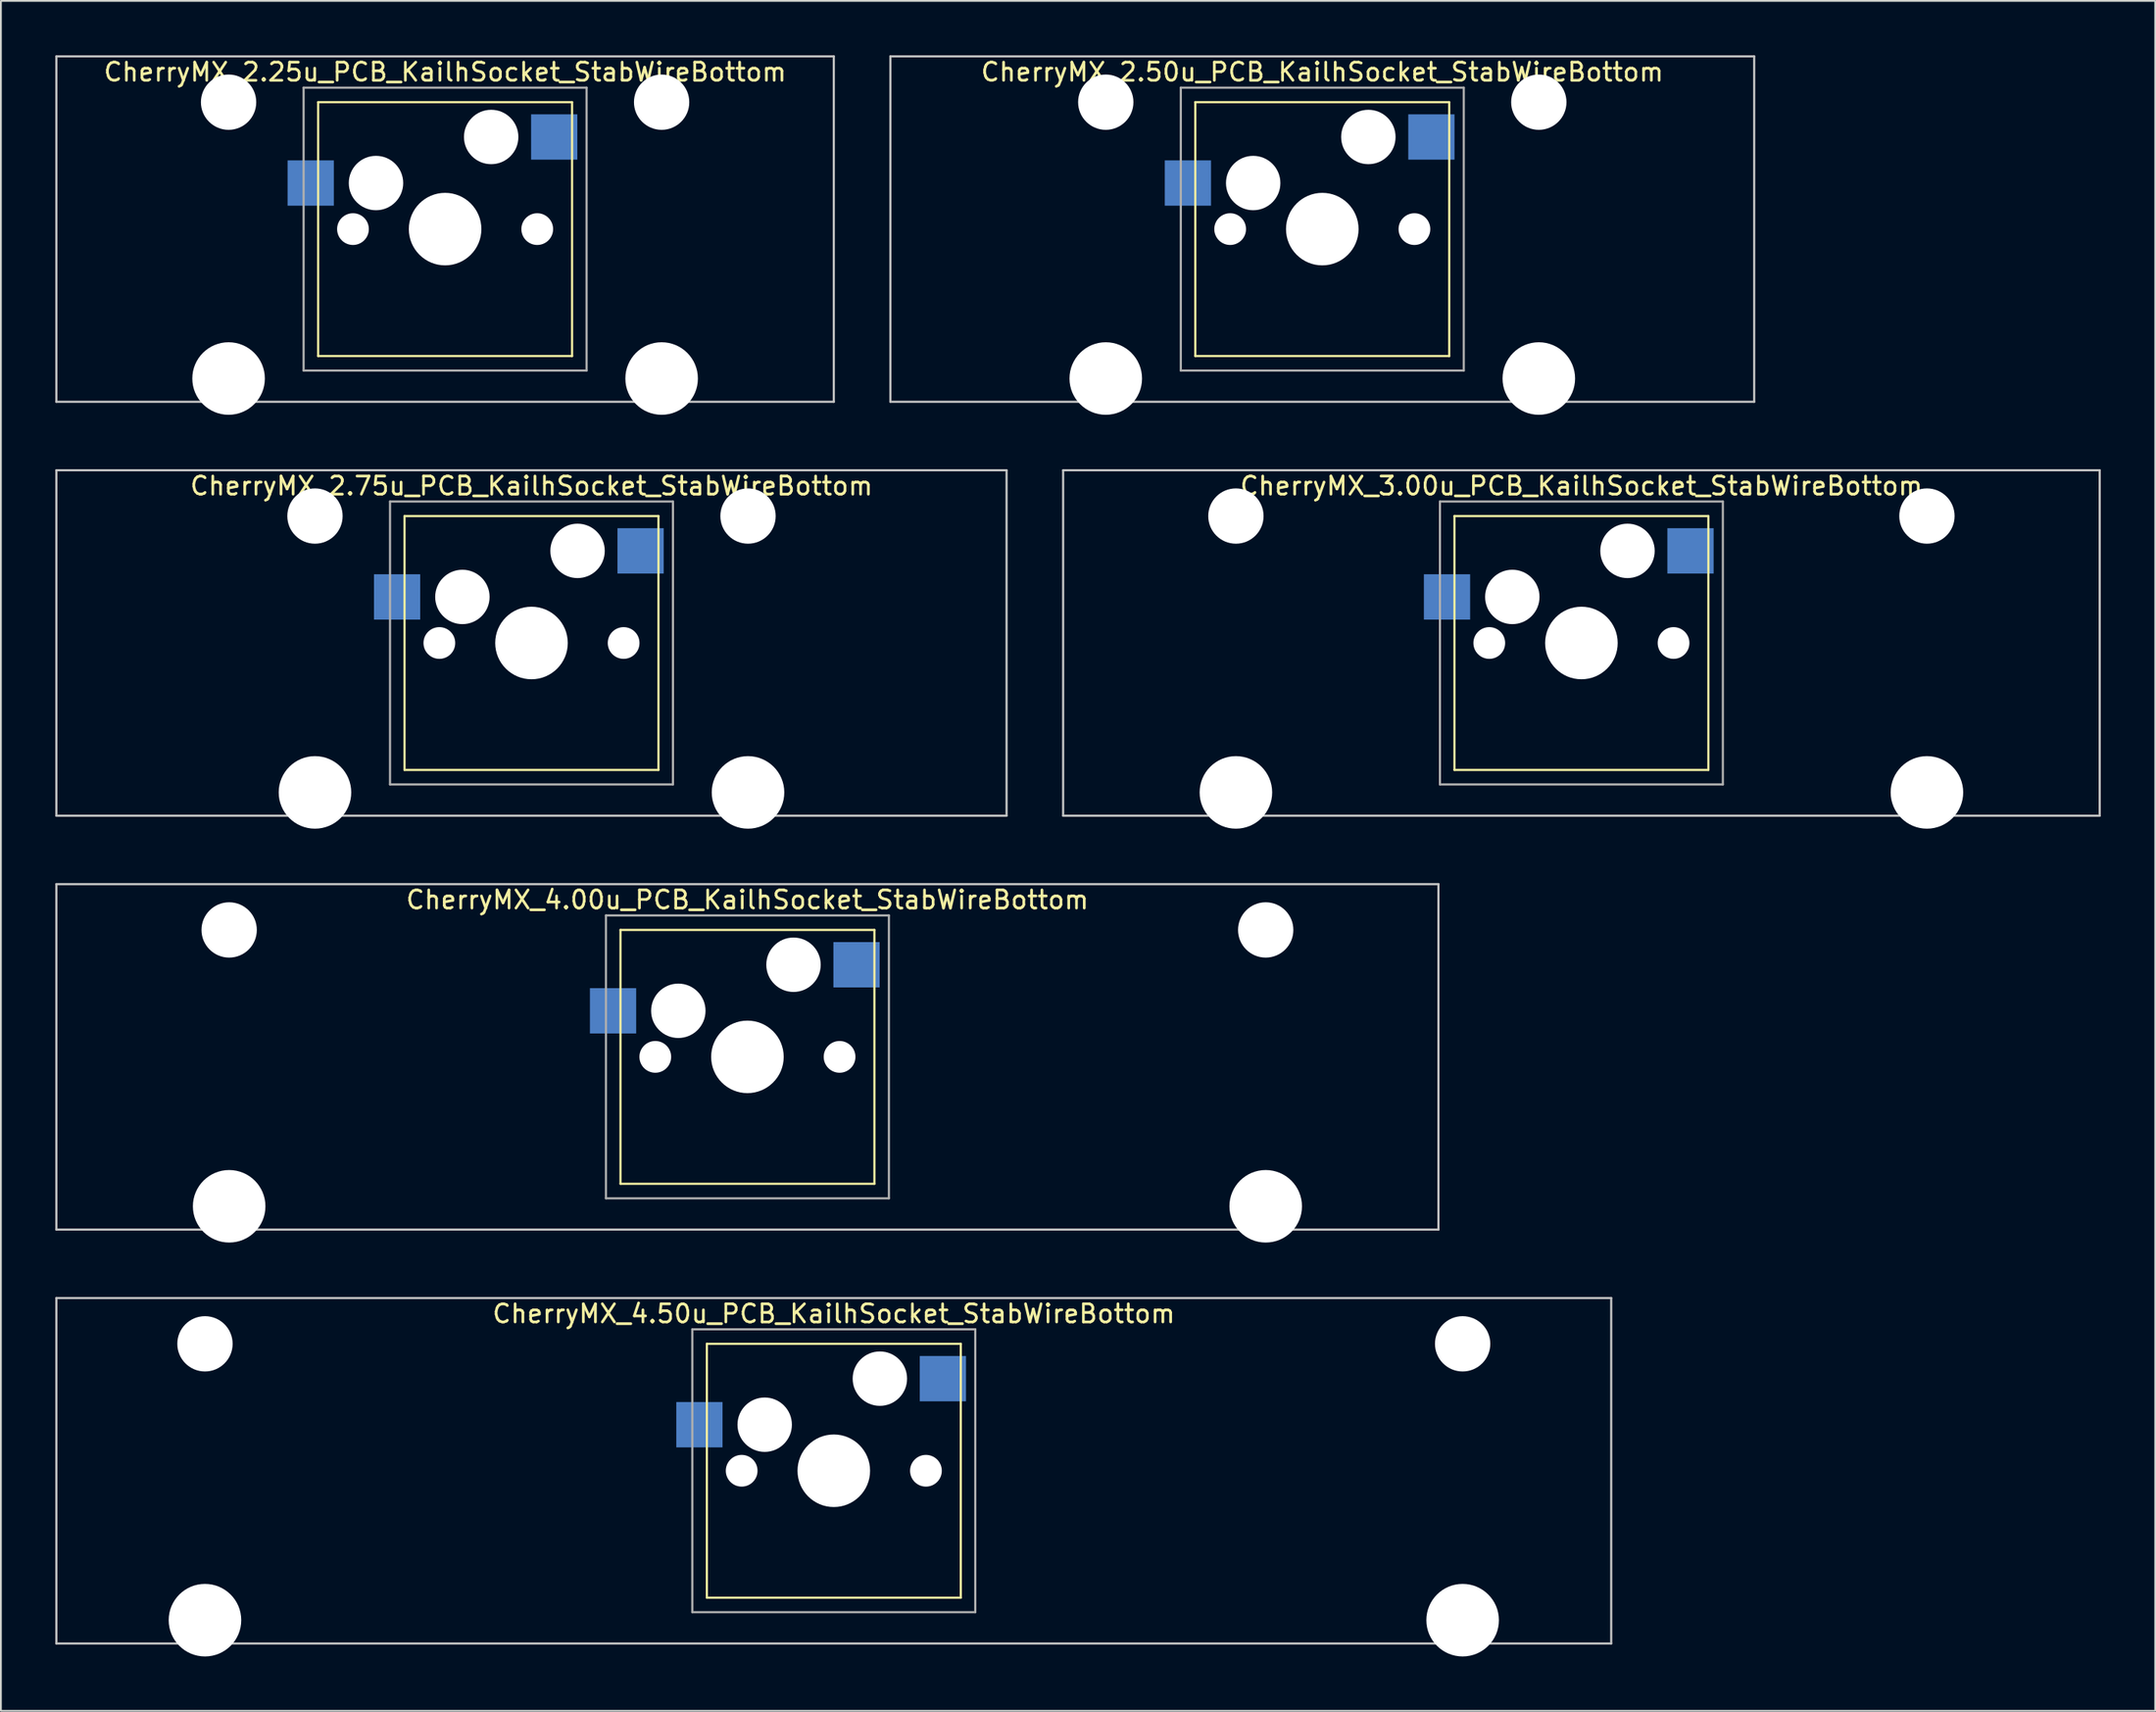
<source format=kicad_pcb>
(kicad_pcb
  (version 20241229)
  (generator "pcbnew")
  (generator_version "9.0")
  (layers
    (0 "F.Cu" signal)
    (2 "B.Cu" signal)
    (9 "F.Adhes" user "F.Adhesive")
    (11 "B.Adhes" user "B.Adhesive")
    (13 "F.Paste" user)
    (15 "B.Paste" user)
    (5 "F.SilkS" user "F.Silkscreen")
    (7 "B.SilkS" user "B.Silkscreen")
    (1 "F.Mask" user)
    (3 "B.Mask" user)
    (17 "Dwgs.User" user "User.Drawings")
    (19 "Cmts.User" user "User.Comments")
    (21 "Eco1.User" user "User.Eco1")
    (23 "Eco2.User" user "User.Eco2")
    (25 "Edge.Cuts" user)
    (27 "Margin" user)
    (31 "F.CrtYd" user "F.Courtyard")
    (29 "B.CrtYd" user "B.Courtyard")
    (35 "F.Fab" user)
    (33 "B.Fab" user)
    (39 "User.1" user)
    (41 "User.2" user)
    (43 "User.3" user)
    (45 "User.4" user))
  (footprint "CherryMX_2.50u_PCB_KailhSocket_StabWireBottom"
    (layer "F.Cu")
    (at 69.855 9.585)
    (property "Reference" "CherryMX_2.50u_PCB_KailhSocket_StabWireBottom" (at 0 -8.662 0) (layer "F.SilkS") (effects (font (size 1 1) (thickness 0.15))))
    (attr through_hole)
    (fp_line (start -7 -7) (end -7 7) (stroke (width 0.12) (type solid)) (layer "F.SilkS"))
    (fp_line (start -7 -7) (end 7 -7) (stroke (width 0.12) (type solid)) (layer "F.SilkS"))
    (fp_line (start 7 -7) (end 7 7) (stroke (width 0.12) (type solid)) (layer "F.SilkS"))
    (fp_line (start 7 7) (end -7 7) (stroke (width 0.12) (type solid)) (layer "F.SilkS"))
    (fp_line (start -23.812 -9.525) (end 23.812 -9.525) (stroke (width 0.12) (type solid)) (layer "Dwgs.User"))
    (fp_line (start -23.812 9.525) (end -23.812 -9.525) (stroke (width 0.12) (type solid)) (layer "Dwgs.User"))
    (fp_line (start 23.812 -9.525) (end 23.812 9.525) (stroke (width 0.12) (type solid)) (layer "Dwgs.User"))
    (fp_line (start 23.812 9.525) (end -23.812 9.525) (stroke (width 0.12) (type solid)) (layer "Dwgs.User"))
    (fp_line (start -7.8 -7.8) (end -7.8 7.8) (stroke (width 0.12) (type solid)) (layer "F.Fab"))
    (fp_line (start -7.8 -7.8) (end 7.8 -7.8) (stroke (width 0.12) (type solid)) (layer "F.Fab"))
    (fp_line (start -7.8 7.8) (end 7.8 7.8) (stroke (width 0.12) (type solid)) (layer "F.Fab"))
    (fp_line (start 7.8 -7.8) (end 7.8 7.8) (stroke (width 0.12) (type solid)) (layer "F.Fab"))
    (pad "" np_thru_hole circle (at -11.938 -7) (size 3.05 3.05) (drill 3.05) (layers "*.Cu" "*.Mask"))
    (pad "" np_thru_hole circle (at -11.938 8.24) (size 4 4) (drill 4) (layers "*.Cu" "*.Mask"))
    (pad "" np_thru_hole circle (at -5.08 0) (size 1.75 1.75) (drill 1.75) (layers "*.Cu" "*.Mask"))
    (pad "" np_thru_hole circle (at -3.81 -2.54) (size 3 3) (drill 3) (layers "*.Cu" "*.Mask"))
    (pad "" np_thru_hole circle (at 0 0) (size 4 4) (drill 4) (layers "*.Cu" "*.Mask"))
    (pad "" np_thru_hole circle (at 2.54 -5.08) (size 3 3) (drill 3) (layers "*.Cu" "*.Mask"))
    (pad "" np_thru_hole circle (at 5.08 0) (size 1.75 1.75) (drill 1.75) (layers "*.Cu" "*.Mask"))
    (pad "" np_thru_hole circle (at 11.938 -7) (size 3.05 3.05) (drill 3.05) (layers "*.Cu" "*.Mask"))
    (pad "" np_thru_hole circle (at 11.938 8.24) (size 4 4) (drill 4) (layers "*.Cu" "*.Mask"))
    (pad "1" smd rect (at -7.41 -2.54) (size 2.55 2.5) (layers "B.Cu" "B.Mask" "B.Paste"))
    (pad "2" smd rect (at 6.015 -5.08) (size 2.55 2.5) (layers "B.Cu" "B.Mask" "B.Paste")))
  (footprint "CherryMX_2.75u_PCB_KailhSocket_StabWireBottom"
    (layer "F.Cu")
    (at 26.254 32.41)
    (property "Reference" "CherryMX_2.75u_PCB_KailhSocket_StabWireBottom" (at 0 -8.662 0) (layer "F.SilkS") (effects (font (size 1 1) (thickness 0.15))))
    (attr through_hole)
    (fp_line (start -7 -7) (end -7 7) (stroke (width 0.12) (type solid)) (layer "F.SilkS"))
    (fp_line (start -7 -7) (end 7 -7) (stroke (width 0.12) (type solid)) (layer "F.SilkS"))
    (fp_line (start 7 -7) (end 7 7) (stroke (width 0.12) (type solid)) (layer "F.SilkS"))
    (fp_line (start 7 7) (end -7 7) (stroke (width 0.12) (type solid)) (layer "F.SilkS"))
    (fp_line (start -26.194 -9.525) (end 26.194 -9.525) (stroke (width 0.12) (type solid)) (layer "Dwgs.User"))
    (fp_line (start -26.194 9.525) (end -26.194 -9.525) (stroke (width 0.12) (type solid)) (layer "Dwgs.User"))
    (fp_line (start 26.194 -9.525) (end 26.194 9.525) (stroke (width 0.12) (type solid)) (layer "Dwgs.User"))
    (fp_line (start 26.194 9.525) (end -26.194 9.525) (stroke (width 0.12) (type solid)) (layer "Dwgs.User"))
    (fp_line (start -7.8 -7.8) (end -7.8 7.8) (stroke (width 0.12) (type solid)) (layer "F.Fab"))
    (fp_line (start -7.8 -7.8) (end 7.8 -7.8) (stroke (width 0.12) (type solid)) (layer "F.Fab"))
    (fp_line (start -7.8 7.8) (end 7.8 7.8) (stroke (width 0.12) (type solid)) (layer "F.Fab"))
    (fp_line (start 7.8 -7.8) (end 7.8 7.8) (stroke (width 0.12) (type solid)) (layer "F.Fab"))
    (pad "" np_thru_hole circle (at -11.938 -7) (size 3.05 3.05) (drill 3.05) (layers "*.Cu" "*.Mask"))
    (pad "" np_thru_hole circle (at -11.938 8.24) (size 4 4) (drill 4) (layers "*.Cu" "*.Mask"))
    (pad "" np_thru_hole circle (at -5.08 0) (size 1.75 1.75) (drill 1.75) (layers "*.Cu" "*.Mask"))
    (pad "" np_thru_hole circle (at -3.81 -2.54) (size 3 3) (drill 3) (layers "*.Cu" "*.Mask"))
    (pad "" np_thru_hole circle (at 0 0) (size 4 4) (drill 4) (layers "*.Cu" "*.Mask"))
    (pad "" np_thru_hole circle (at 2.54 -5.08) (size 3 3) (drill 3) (layers "*.Cu" "*.Mask"))
    (pad "" np_thru_hole circle (at 5.08 0) (size 1.75 1.75) (drill 1.75) (layers "*.Cu" "*.Mask"))
    (pad "" np_thru_hole circle (at 11.938 -7) (size 3.05 3.05) (drill 3.05) (layers "*.Cu" "*.Mask"))
    (pad "" np_thru_hole circle (at 11.938 8.24) (size 4 4) (drill 4) (layers "*.Cu" "*.Mask"))
    (pad "1" smd rect (at -7.41 -2.54) (size 2.55 2.5) (layers "B.Cu" "B.Mask" "B.Paste"))
    (pad "2" smd rect (at 6.015 -5.08) (size 2.55 2.5) (layers "B.Cu" "B.Mask" "B.Paste")))
  (footprint "CherryMX_2.25u_PCB_KailhSocket_StabWireBottom"
    (layer "F.Cu")
    (at 21.491 9.585)
    (property "Reference" "CherryMX_2.25u_PCB_KailhSocket_StabWireBottom" (at 0 -8.662 0) (layer "F.SilkS") (effects (font (size 1 1) (thickness 0.15))))
    (attr through_hole)
    (fp_line (start -7 -7) (end -7 7) (stroke (width 0.12) (type solid)) (layer "F.SilkS"))
    (fp_line (start -7 -7) (end 7 -7) (stroke (width 0.12) (type solid)) (layer "F.SilkS"))
    (fp_line (start 7 -7) (end 7 7) (stroke (width 0.12) (type solid)) (layer "F.SilkS"))
    (fp_line (start 7 7) (end -7 7) (stroke (width 0.12) (type solid)) (layer "F.SilkS"))
    (fp_line (start -21.431 -9.525) (end 21.431 -9.525) (stroke (width 0.12) (type solid)) (layer "Dwgs.User"))
    (fp_line (start -21.431 9.525) (end -21.431 -9.525) (stroke (width 0.12) (type solid)) (layer "Dwgs.User"))
    (fp_line (start 21.431 -9.525) (end 21.431 9.525) (stroke (width 0.12) (type solid)) (layer "Dwgs.User"))
    (fp_line (start 21.431 9.525) (end -21.431 9.525) (stroke (width 0.12) (type solid)) (layer "Dwgs.User"))
    (fp_line (start -7.8 -7.8) (end -7.8 7.8) (stroke (width 0.12) (type solid)) (layer "F.Fab"))
    (fp_line (start -7.8 -7.8) (end 7.8 -7.8) (stroke (width 0.12) (type solid)) (layer "F.Fab"))
    (fp_line (start -7.8 7.8) (end 7.8 7.8) (stroke (width 0.12) (type solid)) (layer "F.Fab"))
    (fp_line (start 7.8 -7.8) (end 7.8 7.8) (stroke (width 0.12) (type solid)) (layer "F.Fab"))
    (pad "" np_thru_hole circle (at -11.938 -7) (size 3.05 3.05) (drill 3.05) (layers "*.Cu" "*.Mask"))
    (pad "" np_thru_hole circle (at -11.938 8.24) (size 4 4) (drill 4) (layers "*.Cu" "*.Mask"))
    (pad "" np_thru_hole circle (at -5.08 0) (size 1.75 1.75) (drill 1.75) (layers "*.Cu" "*.Mask"))
    (pad "" np_thru_hole circle (at -3.81 -2.54) (size 3 3) (drill 3) (layers "*.Cu" "*.Mask"))
    (pad "" np_thru_hole circle (at 0 0) (size 4 4) (drill 4) (layers "*.Cu" "*.Mask"))
    (pad "" np_thru_hole circle (at 2.54 -5.08) (size 3 3) (drill 3) (layers "*.Cu" "*.Mask"))
    (pad "" np_thru_hole circle (at 5.08 0) (size 1.75 1.75) (drill 1.75) (layers "*.Cu" "*.Mask"))
    (pad "" np_thru_hole circle (at 11.938 -7) (size 3.05 3.05) (drill 3.05) (layers "*.Cu" "*.Mask"))
    (pad "" np_thru_hole circle (at 11.938 8.24) (size 4 4) (drill 4) (layers "*.Cu" "*.Mask"))
    (pad "1" smd rect (at -7.41 -2.54) (size 2.55 2.5) (layers "B.Cu" "B.Mask" "B.Paste"))
    (pad "2" smd rect (at 6.015 -5.08) (size 2.55 2.5) (layers "B.Cu" "B.Mask" "B.Paste")))
  (footprint "CherryMX_4.00u_PCB_KailhSocket_StabWireBottom"
    (layer "F.Cu")
    (at 38.16 55.235)
    (property "Reference" "CherryMX_4.00u_PCB_KailhSocket_StabWireBottom" (at 0 -8.662 0) (layer "F.SilkS") (effects (font (size 1 1) (thickness 0.15))))
    (attr through_hole)
    (fp_line (start -7 -7) (end -7 7) (stroke (width 0.12) (type solid)) (layer "F.SilkS"))
    (fp_line (start -7 -7) (end 7 -7) (stroke (width 0.12) (type solid)) (layer "F.SilkS"))
    (fp_line (start 7 -7) (end 7 7) (stroke (width 0.12) (type solid)) (layer "F.SilkS"))
    (fp_line (start 7 7) (end -7 7) (stroke (width 0.12) (type solid)) (layer "F.SilkS"))
    (fp_line (start -38.1 -9.525) (end 38.1 -9.525) (stroke (width 0.12) (type solid)) (layer "Dwgs.User"))
    (fp_line (start -38.1 9.525) (end -38.1 -9.525) (stroke (width 0.12) (type solid)) (layer "Dwgs.User"))
    (fp_line (start 38.1 -9.525) (end 38.1 9.525) (stroke (width 0.12) (type solid)) (layer "Dwgs.User"))
    (fp_line (start 38.1 9.525) (end -38.1 9.525) (stroke (width 0.12) (type solid)) (layer "Dwgs.User"))
    (fp_line (start -7.8 -7.8) (end -7.8 7.8) (stroke (width 0.12) (type solid)) (layer "F.Fab"))
    (fp_line (start -7.8 -7.8) (end 7.8 -7.8) (stroke (width 0.12) (type solid)) (layer "F.Fab"))
    (fp_line (start -7.8 7.8) (end 7.8 7.8) (stroke (width 0.12) (type solid)) (layer "F.Fab"))
    (fp_line (start 7.8 -7.8) (end 7.8 7.8) (stroke (width 0.12) (type solid)) (layer "F.Fab"))
    (pad "" np_thru_hole circle (at -28.575 -7) (size 3.05 3.05) (drill 3.05) (layers "*.Cu" "*.Mask"))
    (pad "" np_thru_hole circle (at -28.575 8.24) (size 4 4) (drill 4) (layers "*.Cu" "*.Mask"))
    (pad "" np_thru_hole circle (at -5.08 0) (size 1.75 1.75) (drill 1.75) (layers "*.Cu" "*.Mask"))
    (pad "" np_thru_hole circle (at -3.81 -2.54) (size 3 3) (drill 3) (layers "*.Cu" "*.Mask"))
    (pad "" np_thru_hole circle (at 0 0) (size 4 4) (drill 4) (layers "*.Cu" "*.Mask"))
    (pad "" np_thru_hole circle (at 2.54 -5.08) (size 3 3) (drill 3) (layers "*.Cu" "*.Mask"))
    (pad "" np_thru_hole circle (at 5.08 0) (size 1.75 1.75) (drill 1.75) (layers "*.Cu" "*.Mask"))
    (pad "" np_thru_hole circle (at 28.575 -7) (size 3.05 3.05) (drill 3.05) (layers "*.Cu" "*.Mask"))
    (pad "" np_thru_hole circle (at 28.575 8.24) (size 4 4) (drill 4) (layers "*.Cu" "*.Mask"))
    (pad "1" smd rect (at -7.41 -2.54) (size 2.55 2.5) (layers "B.Cu" "B.Mask" "B.Paste"))
    (pad "2" smd rect (at 6.015 -5.08) (size 2.55 2.5) (layers "B.Cu" "B.Mask" "B.Paste")))
  (footprint "CherryMX_4.50u_PCB_KailhSocket_StabWireBottom"
    (layer "F.Cu")
    (at 42.922 78.06)
    (property "Reference" "CherryMX_4.50u_PCB_KailhSocket_StabWireBottom" (at 0 -8.662 0) (layer "F.SilkS") (effects (font (size 1 1) (thickness 0.15))))
    (attr through_hole)
    (fp_line (start -7 -7) (end -7 7) (stroke (width 0.12) (type solid)) (layer "F.SilkS"))
    (fp_line (start -7 -7) (end 7 -7) (stroke (width 0.12) (type solid)) (layer "F.SilkS"))
    (fp_line (start 7 -7) (end 7 7) (stroke (width 0.12) (type solid)) (layer "F.SilkS"))
    (fp_line (start 7 7) (end -7 7) (stroke (width 0.12) (type solid)) (layer "F.SilkS"))
    (fp_line (start -42.862 -9.525) (end 42.862 -9.525) (stroke (width 0.12) (type solid)) (layer "Dwgs.User"))
    (fp_line (start -42.862 9.525) (end -42.862 -9.525) (stroke (width 0.12) (type solid)) (layer "Dwgs.User"))
    (fp_line (start 42.862 -9.525) (end 42.862 9.525) (stroke (width 0.12) (type solid)) (layer "Dwgs.User"))
    (fp_line (start 42.862 9.525) (end -42.862 9.525) (stroke (width 0.12) (type solid)) (layer "Dwgs.User"))
    (fp_line (start -7.8 -7.8) (end -7.8 7.8) (stroke (width 0.12) (type solid)) (layer "F.Fab"))
    (fp_line (start -7.8 -7.8) (end 7.8 -7.8) (stroke (width 0.12) (type solid)) (layer "F.Fab"))
    (fp_line (start -7.8 7.8) (end 7.8 7.8) (stroke (width 0.12) (type solid)) (layer "F.Fab"))
    (fp_line (start 7.8 -7.8) (end 7.8 7.8) (stroke (width 0.12) (type solid)) (layer "F.Fab"))
    (pad "" np_thru_hole circle (at -34.671 -7) (size 3.05 3.05) (drill 3.05) (layers "*.Cu" "*.Mask"))
    (pad "" np_thru_hole circle (at -34.671 8.24) (size 4 4) (drill 4) (layers "*.Cu" "*.Mask"))
    (pad "" np_thru_hole circle (at -5.08 0) (size 1.75 1.75) (drill 1.75) (layers "*.Cu" "*.Mask"))
    (pad "" np_thru_hole circle (at -3.81 -2.54) (size 3 3) (drill 3) (layers "*.Cu" "*.Mask"))
    (pad "" np_thru_hole circle (at 0 0) (size 4 4) (drill 4) (layers "*.Cu" "*.Mask"))
    (pad "" np_thru_hole circle (at 2.54 -5.08) (size 3 3) (drill 3) (layers "*.Cu" "*.Mask"))
    (pad "" np_thru_hole circle (at 5.08 0) (size 1.75 1.75) (drill 1.75) (layers "*.Cu" "*.Mask"))
    (pad "" np_thru_hole circle (at 34.671 -7) (size 3.05 3.05) (drill 3.05) (layers "*.Cu" "*.Mask"))
    (pad "" np_thru_hole circle (at 34.671 8.24) (size 4 4) (drill 4) (layers "*.Cu" "*.Mask"))
    (pad "1" smd rect (at -7.41 -2.54) (size 2.55 2.5) (layers "B.Cu" "B.Mask" "B.Paste"))
    (pad "2" smd rect (at 6.015 -5.08) (size 2.55 2.5) (layers "B.Cu" "B.Mask" "B.Paste")))
  (footprint "CherryMX_3.00u_PCB_KailhSocket_StabWireBottom"
    (layer "F.Cu")
    (at 84.142 32.41)
    (property "Reference" "CherryMX_3.00u_PCB_KailhSocket_StabWireBottom" (at 0 -8.662 0) (layer "F.SilkS") (effects (font (size 1 1) (thickness 0.15))))
    (attr through_hole)
    (fp_line (start -7 -7) (end -7 7) (stroke (width 0.12) (type solid)) (layer "F.SilkS"))
    (fp_line (start -7 -7) (end 7 -7) (stroke (width 0.12) (type solid)) (layer "F.SilkS"))
    (fp_line (start 7 -7) (end 7 7) (stroke (width 0.12) (type solid)) (layer "F.SilkS"))
    (fp_line (start 7 7) (end -7 7) (stroke (width 0.12) (type solid)) (layer "F.SilkS"))
    (fp_line (start -28.575 -9.525) (end 28.575 -9.525) (stroke (width 0.12) (type solid)) (layer "Dwgs.User"))
    (fp_line (start -28.575 9.525) (end -28.575 -9.525) (stroke (width 0.12) (type solid)) (layer "Dwgs.User"))
    (fp_line (start 28.575 -9.525) (end 28.575 9.525) (stroke (width 0.12) (type solid)) (layer "Dwgs.User"))
    (fp_line (start 28.575 9.525) (end -28.575 9.525) (stroke (width 0.12) (type solid)) (layer "Dwgs.User"))
    (fp_line (start -7.8 -7.8) (end -7.8 7.8) (stroke (width 0.12) (type solid)) (layer "F.Fab"))
    (fp_line (start -7.8 -7.8) (end 7.8 -7.8) (stroke (width 0.12) (type solid)) (layer "F.Fab"))
    (fp_line (start -7.8 7.8) (end 7.8 7.8) (stroke (width 0.12) (type solid)) (layer "F.Fab"))
    (fp_line (start 7.8 -7.8) (end 7.8 7.8) (stroke (width 0.12) (type solid)) (layer "F.Fab"))
    (pad "" np_thru_hole circle (at -19.05 -7) (size 3.05 3.05) (drill 3.05) (layers "*.Cu" "*.Mask"))
    (pad "" np_thru_hole circle (at -19.05 8.24) (size 4 4) (drill 4) (layers "*.Cu" "*.Mask"))
    (pad "" np_thru_hole circle (at -5.08 0) (size 1.75 1.75) (drill 1.75) (layers "*.Cu" "*.Mask"))
    (pad "" np_thru_hole circle (at -3.81 -2.54) (size 3 3) (drill 3) (layers "*.Cu" "*.Mask"))
    (pad "" np_thru_hole circle (at 0 0) (size 4 4) (drill 4) (layers "*.Cu" "*.Mask"))
    (pad "" np_thru_hole circle (at 2.54 -5.08) (size 3 3) (drill 3) (layers "*.Cu" "*.Mask"))
    (pad "" np_thru_hole circle (at 5.08 0) (size 1.75 1.75) (drill 1.75) (layers "*.Cu" "*.Mask"))
    (pad "" np_thru_hole circle (at 19.05 -7) (size 3.05 3.05) (drill 3.05) (layers "*.Cu" "*.Mask"))
    (pad "" np_thru_hole circle (at 19.05 8.24) (size 4 4) (drill 4) (layers "*.Cu" "*.Mask"))
    (pad "1" smd rect (at -7.41 -2.54) (size 2.55 2.5) (layers "B.Cu" "B.Mask" "B.Paste"))
    (pad "2" smd rect (at 6.015 -5.08) (size 2.55 2.5) (layers "B.Cu" "B.Mask" "B.Paste")))
  (gr_rect
    (start -3 -3)
    (end 115.778 91.3)
    (stroke (width 0.1) (type default))
    (fill no)
    (layer "Edge.Cuts")))
</source>
